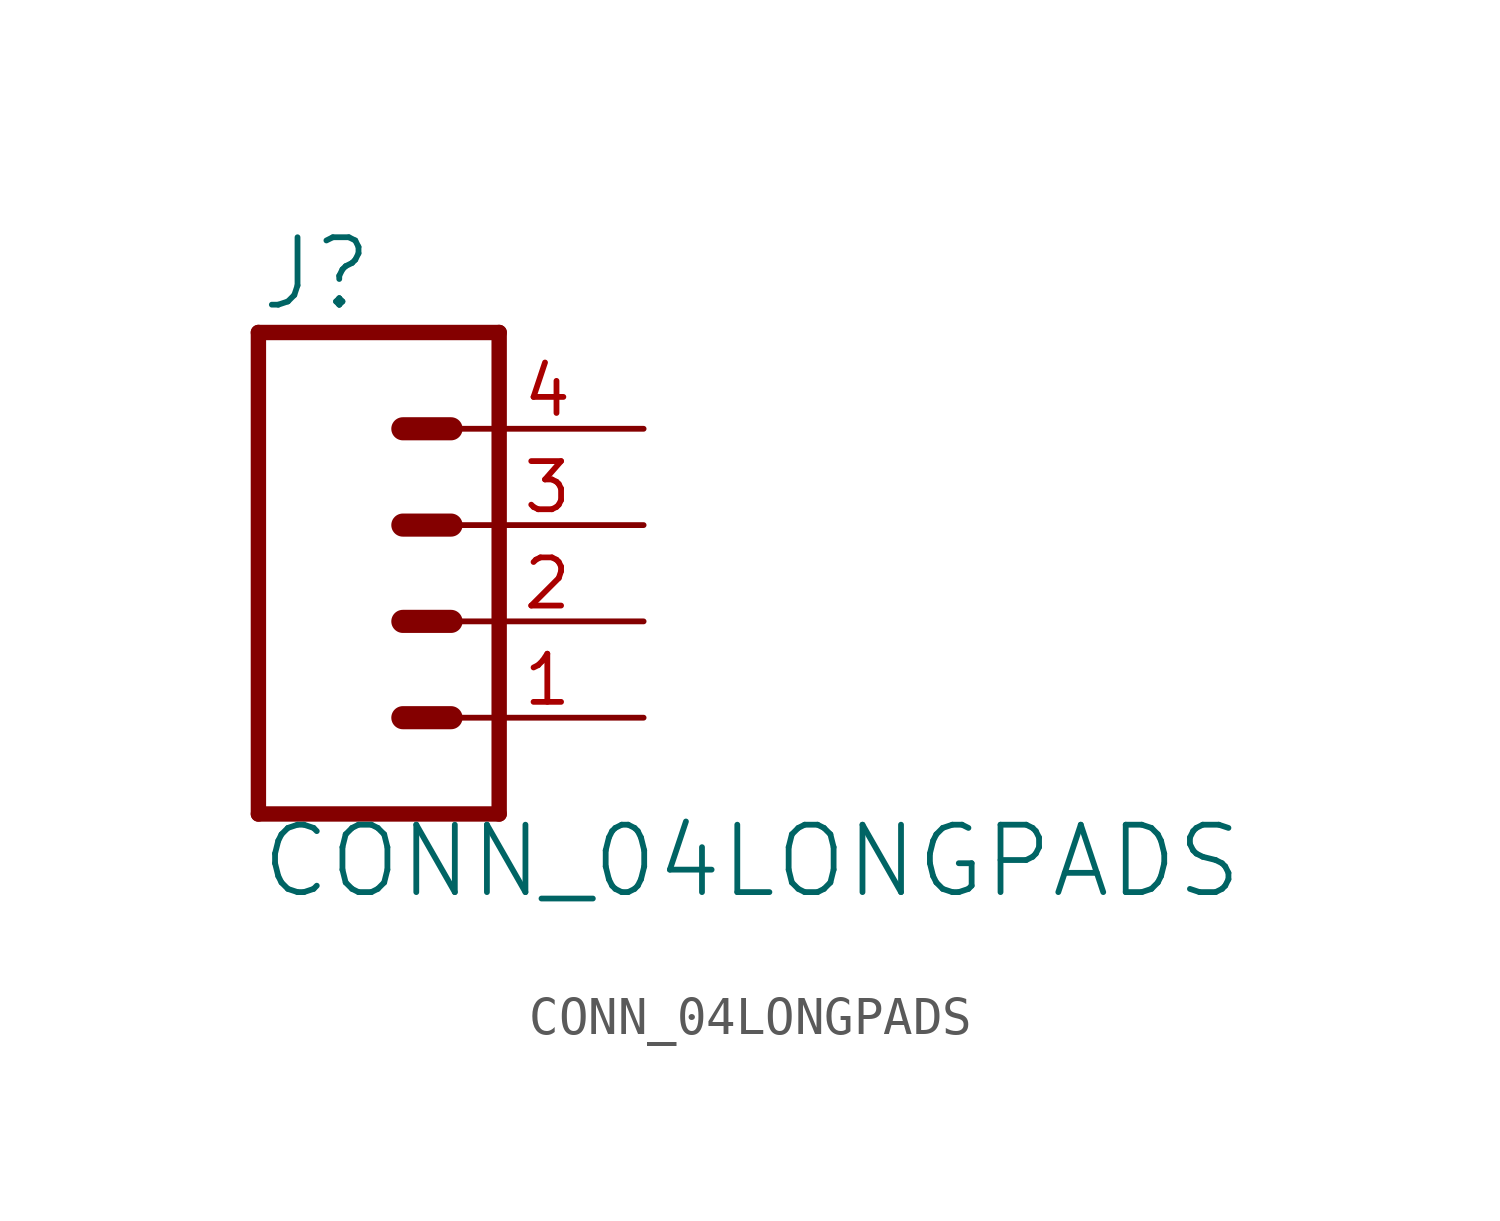
<source format=kicad_sym>
(kicad_symbol_lib
  (version 20211014)
  (generator kicad_symbol_editor)
  (symbol "CONN_04LONGPADS"
    (property "Reference" "J"
      (at -5.08 8.128 0)
      (effects (font (size 1.778 1.778)) (justify left bottom)))
    (property "Value" "CONN_04LONGPADS"
      (at -5.08 -7.366 0)
      (effects (font (size 1.778 1.778)) (justify left bottom)))
    (property "ki_locked" ""
      (at 0 0 0)
      (effects (font (size 1.27 1.27))))
    (symbol "CONN_04LONGPADS_1_0"
      (polyline (pts (xy -5.08 7.62) (xy -5.08 -5.08)) (stroke (width 0.406) (type default) (color 0 0 0 0)) (fill (type none)))
      (polyline (pts (xy -5.08 7.62) (xy 1.27 7.62)) (stroke (width 0.406) (type default) (color 0 0 0 0)) (fill (type none)))
      (polyline (pts (xy -1.27 -2.54) (xy 0 -2.54)) (stroke (width 0.61) (type default) (color 0 0 0 0)) (fill (type none)))
      (polyline (pts (xy -1.27 0) (xy 0 0)) (stroke (width 0.61) (type default) (color 0 0 0 0)) (fill (type none)))
      (polyline (pts (xy -1.27 2.54) (xy 0 2.54)) (stroke (width 0.61) (type default) (color 0 0 0 0)) (fill (type none)))
      (polyline (pts (xy -1.27 5.08) (xy 0 5.08)) (stroke (width 0.61) (type default) (color 0 0 0 0)) (fill (type none)))
      (polyline (pts (xy 1.27 -5.08) (xy -5.08 -5.08)) (stroke (width 0.406) (type default) (color 0 0 0 0)) (fill (type none)))
      (polyline (pts (xy 1.27 -5.08) (xy 1.27 7.62)) (stroke (width 0.406) (type default) (color 0 0 0 0)) (fill (type none)))
      (pin passive line (at 5.08 -2.54 180) (length 5.08) (name "1" (effects (font (size 0 0)))) (number "1" (effects (font (size 1.27 1.27)))))
      (pin passive line (at 5.08 0 180) (length 5.08) (name "2" (effects (font (size 0 0)))) (number "2" (effects (font (size 1.27 1.27)))))
      (pin passive line (at 5.08 2.54 180) (length 5.08) (name "3" (effects (font (size 0 0)))) (number "3" (effects (font (size 1.27 1.27)))))
      (pin passive line (at 5.08 5.08 180) (length 5.08) (name "4" (effects (font (size 0 0)))) (number "4" (effects (font (size 1.27 1.27))))))))
</source>
